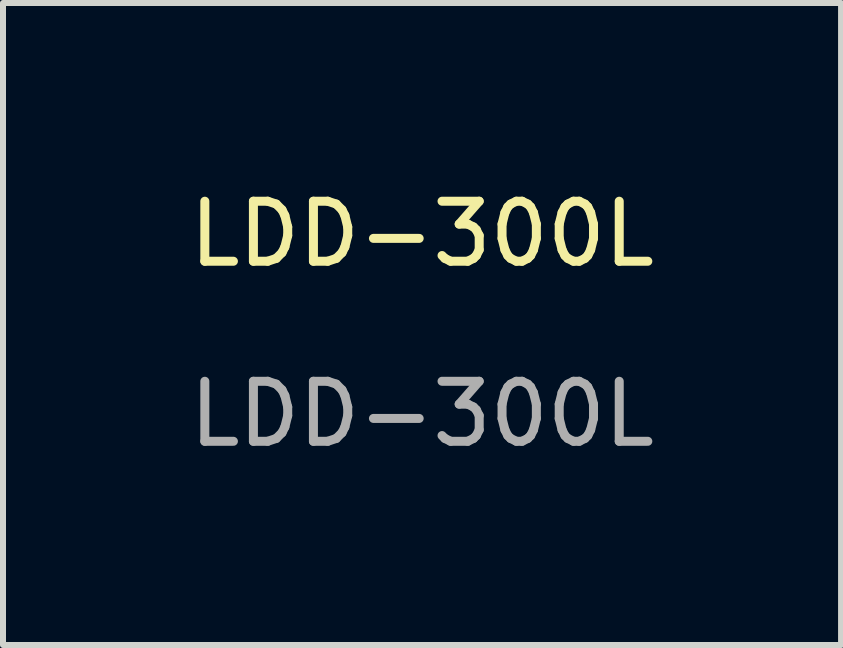
<source format=kicad_pcb>
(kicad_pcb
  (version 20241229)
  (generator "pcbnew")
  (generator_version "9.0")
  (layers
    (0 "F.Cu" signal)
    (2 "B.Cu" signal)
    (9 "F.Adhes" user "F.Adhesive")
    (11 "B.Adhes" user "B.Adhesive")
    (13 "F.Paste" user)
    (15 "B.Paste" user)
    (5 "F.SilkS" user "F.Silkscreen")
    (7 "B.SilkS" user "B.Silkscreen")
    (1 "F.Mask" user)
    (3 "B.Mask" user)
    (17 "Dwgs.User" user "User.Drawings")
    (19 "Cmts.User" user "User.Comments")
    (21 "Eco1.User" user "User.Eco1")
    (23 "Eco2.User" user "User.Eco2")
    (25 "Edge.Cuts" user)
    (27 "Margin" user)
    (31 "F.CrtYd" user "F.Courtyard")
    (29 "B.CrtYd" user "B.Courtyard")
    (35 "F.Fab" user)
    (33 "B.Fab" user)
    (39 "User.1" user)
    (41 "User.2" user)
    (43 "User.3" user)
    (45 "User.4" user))
  (footprint "LDD-300L"
    (layer "F.Cu")
    (at 3.982 1.348)
    (property "Reference" "LDD-300L" (at 0 -0.5 0) (unlocked yes) (layer "F.SilkS") (effects (font (size 1 1) (thickness 0.15))))
    (attr smd)
    (fp_text user "${REFERENCE}" (at 0 2.5 0) (unlocked yes) (layer "F.Fab") (effects (font (size 1 1) (thickness 0.15)))))
  (gr_rect
    (start -3 -3)
    (end 10.964 7.697)
    (stroke (width 0.1) (type default))
    (fill no)
    (layer "Edge.Cuts")))
</source>
